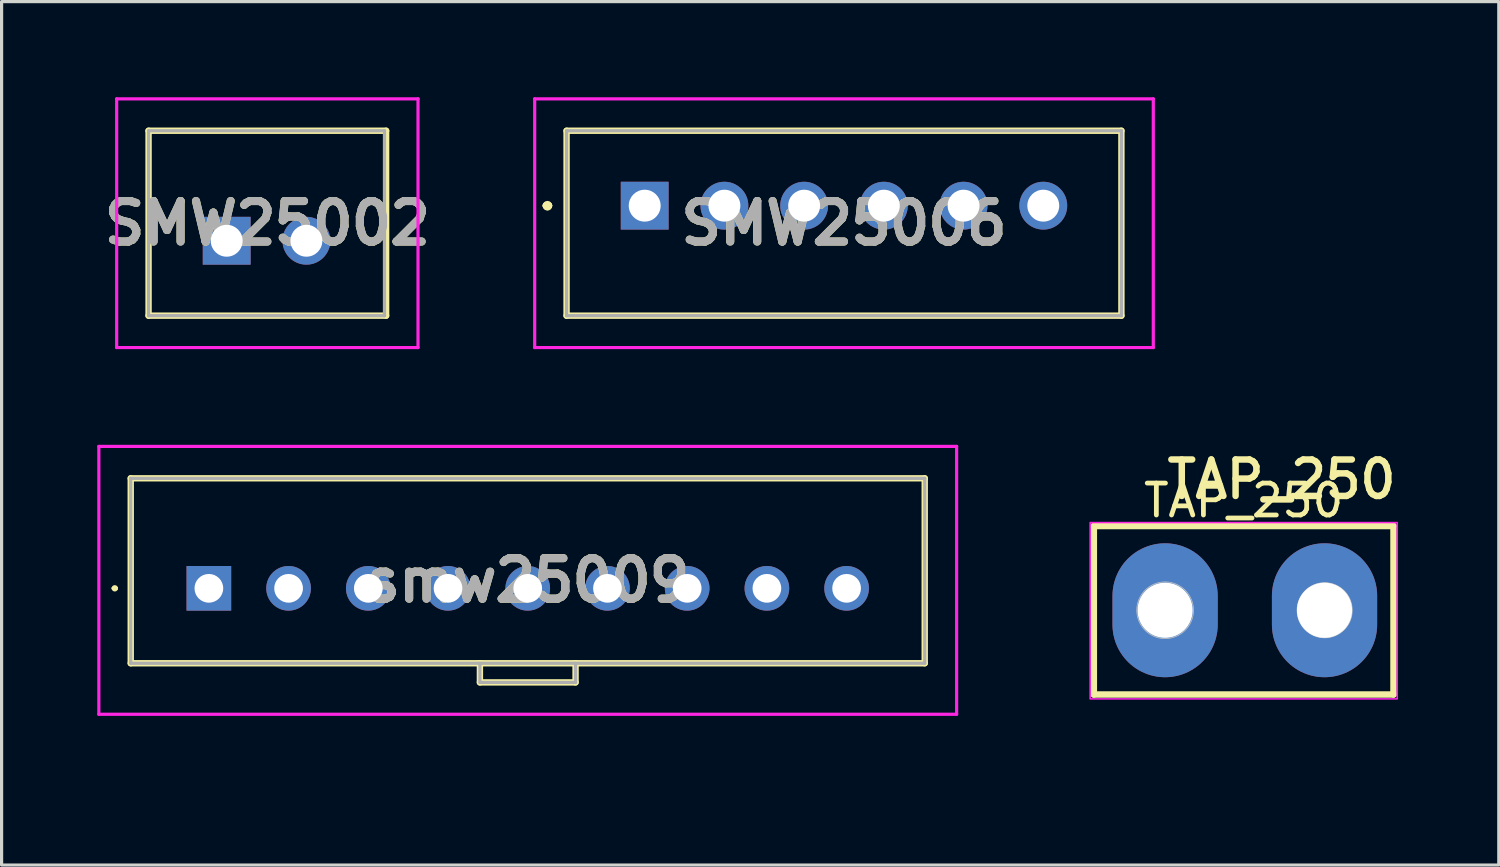
<source format=kicad_pcb>
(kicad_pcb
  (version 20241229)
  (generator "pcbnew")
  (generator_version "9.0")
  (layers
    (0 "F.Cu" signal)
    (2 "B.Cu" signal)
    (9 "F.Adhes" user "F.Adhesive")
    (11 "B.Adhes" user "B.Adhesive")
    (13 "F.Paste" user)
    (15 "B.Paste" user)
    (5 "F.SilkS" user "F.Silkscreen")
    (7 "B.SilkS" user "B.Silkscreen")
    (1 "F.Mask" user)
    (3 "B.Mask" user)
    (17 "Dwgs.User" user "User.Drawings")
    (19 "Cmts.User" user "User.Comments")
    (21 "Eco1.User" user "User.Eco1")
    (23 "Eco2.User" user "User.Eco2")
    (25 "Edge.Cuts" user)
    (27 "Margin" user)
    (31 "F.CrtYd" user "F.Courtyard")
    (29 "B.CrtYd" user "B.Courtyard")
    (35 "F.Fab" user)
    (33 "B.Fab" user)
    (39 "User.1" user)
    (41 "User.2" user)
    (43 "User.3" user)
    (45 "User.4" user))
  (footprint "SMW25006"
    (layer "F.Cu")
    (at 17.168 3.4)
    (property "Reference" "SMW25006" (at 6.25 0.55 0) (layer "F.SilkS") (effects (font (size 1.27 1.27) (thickness 0.254))))
    (attr through_hole)
    (fp_line (start -3.1 0) (end -3.1 0) (stroke (width 0.2) (type solid)) (layer "F.SilkS"))
    (fp_line (start -3.1 0) (end -3.1 0) (stroke (width 0.2) (type solid)) (layer "F.SilkS"))
    (fp_line (start -3 0) (end -3 0) (stroke (width 0.2) (type solid)) (layer "F.SilkS"))
    (fp_line (start -2.45 -2.35) (end -2.45 3.45) (stroke (width 0.2) (type solid)) (layer "F.SilkS"))
    (fp_line (start -2.45 3.45) (end 14.95 3.45) (stroke (width 0.2) (type solid)) (layer "F.SilkS"))
    (fp_line (start 14.95 -2.35) (end -2.45 -2.35) (stroke (width 0.2) (type solid)) (layer "F.SilkS"))
    (fp_line (start 14.95 3.45) (end 14.95 -2.35) (stroke (width 0.2) (type solid)) (layer "F.SilkS"))
    (fp_arc (start -3.1 0) (mid -3.05 -0.05) (end -3 0) (stroke (width 0.2) (type solid)) (layer "F.SilkS"))
    (fp_arc (start -3 0) (mid -3.05 0.05) (end -3.1 0) (stroke (width 0.2) (type solid)) (layer "F.SilkS"))
    (fp_arc (start -3 0) (mid -3.05 0.05) (end -3.1 0) (stroke (width 0.2) (type solid)) (layer "F.SilkS"))
    (fp_line (start -3.45 -3.35) (end 15.95 -3.35) (stroke (width 0.1) (type solid)) (layer "F.CrtYd"))
    (fp_line (start -3.45 4.45) (end -3.45 -3.35) (stroke (width 0.1) (type solid)) (layer "F.CrtYd"))
    (fp_line (start 15.95 -3.35) (end 15.95 4.45) (stroke (width 0.1) (type solid)) (layer "F.CrtYd"))
    (fp_line (start 15.95 4.45) (end -3.45 4.45) (stroke (width 0.1) (type solid)) (layer "F.CrtYd"))
    (fp_line (start -2.45 -2.35) (end -2.45 3.45) (stroke (width 0.1) (type solid)) (layer "F.Fab"))
    (fp_line (start -2.45 3.45) (end 14.95 3.45) (stroke (width 0.1) (type solid)) (layer "F.Fab"))
    (fp_line (start 14.95 -2.35) (end -2.45 -2.35) (stroke (width 0.1) (type solid)) (layer "F.Fab"))
    (fp_line (start 14.95 3.45) (end 14.95 -2.35) (stroke (width 0.1) (type solid)) (layer "F.Fab"))
    (fp_text user "${REFERENCE}" (at 6.25 0.55 0) (layer "F.Fab") (effects (font (size 1.27 1.27) (thickness 0.254))))
    (pad "1" thru_hole rect (at 0 0) (size 1.5 1.5) (drill 1) (layers "*.Cu" "*.Mask"))
    (pad "2" thru_hole circle (at 2.5 0) (size 1.5 1.5) (drill 1) (layers "*.Cu" "*.Mask"))
    (pad "3" thru_hole circle (at 5 0) (size 1.5 1.5) (drill 1) (layers "*.Cu" "*.Mask"))
    (pad "4" thru_hole circle (at 7.5 0) (size 1.5 1.5) (drill 1) (layers "*.Cu" "*.Mask"))
    (pad "5" thru_hole circle (at 10 0) (size 1.5 1.5) (drill 1) (layers "*.Cu" "*.Mask"))
    (pad "6" thru_hole circle (at 12.5 0) (size 1.5 1.5) (drill 1) (layers "*.Cu" "*.Mask")))
  (footprint "SMW25002"
    (layer "F.Cu")
    (at 4.059 4.5)
    (property "Reference" "SMW25002" (at 1.275 -0.55 0) (layer "F.SilkS") (effects (font (size 1.27 1.27) (thickness 0.254))))
    (attr through_hole)
    (fp_line (start -3 0) (end -3 0) (stroke (width 0.1) (type solid)) (layer "F.SilkS"))
    (fp_line (start -2.9 0) (end -2.9 0) (stroke (width 0.1) (type solid)) (layer "F.SilkS"))
    (fp_line (start -2.45 -3.45) (end 5 -3.45) (stroke (width 0.2) (type solid)) (layer "F.SilkS"))
    (fp_line (start -2.45 2.35) (end -2.45 -3.45) (stroke (width 0.2) (type solid)) (layer "F.SilkS"))
    (fp_line (start 5 -3.45) (end 5 2.35) (stroke (width 0.2) (type solid)) (layer "F.SilkS"))
    (fp_line (start 5 2.35) (end -2.45 2.35) (stroke (width 0.2) (type solid)) (layer "F.SilkS"))
    (fp_arc (start -3 0) (mid -2.95 -0.05) (end -2.9 0) (stroke (width 0.1) (type solid)) (layer "F.SilkS"))
    (fp_arc (start -2.9 0) (mid -2.95 0.05) (end -3 0) (stroke (width 0.1) (type solid)) (layer "F.SilkS"))
    (fp_line (start -3.45 -4.45) (end 6 -4.45) (stroke (width 0.1) (type solid)) (layer "F.CrtYd"))
    (fp_line (start -3.45 3.35) (end -3.45 -4.45) (stroke (width 0.1) (type solid)) (layer "F.CrtYd"))
    (fp_line (start 6 -4.45) (end 6 3.35) (stroke (width 0.1) (type solid)) (layer "F.CrtYd"))
    (fp_line (start 6 3.35) (end -3.45 3.35) (stroke (width 0.1) (type solid)) (layer "F.CrtYd"))
    (fp_line (start -2.45 -3.45) (end 4.95 -3.45) (stroke (width 0.1) (type solid)) (layer "F.Fab"))
    (fp_line (start -2.45 2.35) (end -2.45 -3.45) (stroke (width 0.1) (type solid)) (layer "F.Fab"))
    (fp_line (start 4.95 -3.45) (end 4.95 2.35) (stroke (width 0.1) (type solid)) (layer "F.Fab"))
    (fp_line (start 4.95 2.35) (end -2.45 2.35) (stroke (width 0.1) (type solid)) (layer "F.Fab"))
    (fp_text user "${REFERENCE}" (at 1.275 -0.55 0) (layer "F.Fab") (effects (font (size 1.27 1.27) (thickness 0.254))))
    (pad "1" thru_hole rect (at 0 0) (size 1.5 1.5) (drill 1) (layers "*.Cu" "*.Mask"))
    (pad "2" thru_hole circle (at 2.5 0) (size 1.5 1.5) (drill 1) (layers "*.Cu" "*.Mask")))
  (footprint "TAP_250"
    (layer "F.Cu")
    (at 35.988 16.088)
    (property "Reference" "TAP_250" (at -0.036 -3.443 0) (layer "F.SilkS") (effects (font (size 1 1) (thickness 0.15))))
    (property "Value" "TAP_250" (at -0.036 3.469 0) (layer "F.Fab") (hide yes) (effects (font (size 1 1) (thickness 0.15))))
    (fp_line (start -4.735 -2.642) (end 4.663 -2.642) (stroke (width 0.203) (type solid)) (layer "F.SilkS"))
    (fp_line (start -4.735 2.642) (end -4.735 -2.642) (stroke (width 0.203) (type solid)) (layer "F.SilkS"))
    (fp_line (start -4.735 2.642) (end 4.663 2.642) (stroke (width 0.203) (type solid)) (layer "F.SilkS"))
    (fp_line (start 4.663 2.642) (end 4.663 -2.642) (stroke (width 0.203) (type solid)) (layer "F.SilkS"))
    (fp_circle (center -2.499 0) (end -2.499 -0.889) (stroke (width 0.025) (type solid)) (fill no) (layer "Dwgs.User"))
    (fp_circle (center 2.504 0) (end 2.504 -0.864) (stroke (width 0.025) (type solid)) (fill no) (layer "Dwgs.User"))
    (fp_rect (start -4.85 -2.75) (end 4.78 2.78) (stroke (width 0.05) (type solid)) (fill no) (layer "F.CrtYd"))
    (fp_line (start -4.76 -2.616) (end 4.663 -2.616) (stroke (width 0.025) (type solid)) (layer "User.1"))
    (fp_line (start -4.76 2.642) (end -4.76 -2.616) (stroke (width 0.025) (type solid)) (layer "User.1"))
    (fp_line (start -4.76 2.642) (end 4.663 2.642) (stroke (width 0.025) (type solid)) (layer "User.1"))
    (fp_line (start -4.735 -2.642) (end 4.663 -2.642) (stroke (width 0.203) (type solid)) (layer "User.1"))
    (fp_line (start -4.735 2.667) (end -4.735 -2.642) (stroke (width 0.203) (type solid)) (layer "User.1"))
    (fp_line (start -4.735 2.667) (end 4.663 2.667) (stroke (width 0.203) (type solid)) (layer "User.1"))
    (fp_line (start 4.663 2.642) (end 4.663 -2.616) (stroke (width 0.025) (type solid)) (layer "User.1"))
    (fp_line (start 4.663 2.667) (end 4.663 -2.642) (stroke (width 0.203) (type solid)) (layer "User.1"))
    (fp_text user "${REFERENCE}" (at -2.546 -3.435 0) (unlocked yes) (layer "F.SilkS") (effects (font (size 1.143 1.143) (thickness 0.203)) (justify left bottom)))
    (fp_text user "${REFERENCE}" (at -4.451 4.287 0) (unlocked yes) (layer "User.1") (effects (font (size 1.143 1.143) (thickness 0.203)) (justify left bottom)))
    (fp_text user "${PATTERN}" (at -5.988 4.359 0) (unlocked yes) (layer "User.1") (effects (font (size 0.572 0.572) (thickness 0.203)) (justify left bottom)))
    (fp_text user "${VALUE}" (at -4.595 4.693 0) (unlocked yes) (layer "User.1") (effects (font (size 1.143 1.143) (thickness 0.203)) (justify left bottom)))
    (pad "1" thru_hole oval (at -2.5 0 90) (size 4.2 3.3) (drill 1.73) (layers "*.Cu" "*.Mask"))
    (pad "2" thru_hole oval (at 2.5 0 90) (size 4.2 3.3) (drill 1.73) (layers "*.Cu" "*.Mask")))
  (footprint "smw25009"
    (layer "F.Cu")
    (at 3.5 15.4)
    (property "Reference" "smw25009" (at 10 -0.25 0) (layer "F.SilkS") (effects (font (size 1.27 1.27) (thickness 0.254))))
    (attr through_hole)
    (fp_line (start -3 0) (end -3 0) (stroke (width 0.1) (type solid)) (layer "F.SilkS"))
    (fp_line (start -2.9 0) (end -2.9 0) (stroke (width 0.1) (type solid)) (layer "F.SilkS"))
    (fp_line (start -2.45 -3.45) (end 22.45 -3.45) (stroke (width 0.2) (type solid)) (layer "F.SilkS"))
    (fp_line (start -2.45 2.35) (end -2.45 -3.45) (stroke (width 0.2) (type solid)) (layer "F.SilkS"))
    (fp_line (start 8.5 2.35) (end 8.5 2.95) (stroke (width 0.2) (type solid)) (layer "F.SilkS"))
    (fp_line (start 8.5 2.95) (end 11.5 2.95) (stroke (width 0.2) (type solid)) (layer "F.SilkS"))
    (fp_line (start 11.5 2.95) (end 11.5 2.35) (stroke (width 0.2) (type solid)) (layer "F.SilkS"))
    (fp_line (start 22.45 -3.45) (end 22.45 2.35) (stroke (width 0.2) (type solid)) (layer "F.SilkS"))
    (fp_line (start 22.45 2.35) (end -2.45 2.35) (stroke (width 0.2) (type solid)) (layer "F.SilkS"))
    (fp_arc (start -3 0) (mid -2.95 -0.05) (end -2.9 0) (stroke (width 0.1) (type solid)) (layer "F.SilkS"))
    (fp_arc (start -2.9 0) (mid -2.95 0.05) (end -3 0) (stroke (width 0.1) (type solid)) (layer "F.SilkS"))
    (fp_line (start -3.45 -4.45) (end 23.45 -4.45) (stroke (width 0.1) (type solid)) (layer "F.CrtYd"))
    (fp_line (start -3.45 3.95) (end -3.45 -4.45) (stroke (width 0.1) (type solid)) (layer "F.CrtYd"))
    (fp_line (start 23.45 -4.45) (end 23.45 3.95) (stroke (width 0.1) (type solid)) (layer "F.CrtYd"))
    (fp_line (start 23.45 3.95) (end -3.45 3.95) (stroke (width 0.1) (type solid)) (layer "F.CrtYd"))
    (fp_line (start -2.45 -3.45) (end 22.45 -3.45) (stroke (width 0.1) (type solid)) (layer "F.Fab"))
    (fp_line (start -2.45 2.35) (end -2.45 -3.45) (stroke (width 0.1) (type solid)) (layer "F.Fab"))
    (fp_line (start 8.5 2.35) (end 8.5 2.95) (stroke (width 0.1) (type solid)) (layer "F.Fab"))
    (fp_line (start 8.5 2.95) (end 11.5 2.95) (stroke (width 0.1) (type solid)) (layer "F.Fab"))
    (fp_line (start 11.5 2.95) (end 11.5 2.35) (stroke (width 0.1) (type solid)) (layer "F.Fab"))
    (fp_line (start 22.45 -3.45) (end 22.45 2.35) (stroke (width 0.1) (type solid)) (layer "F.Fab"))
    (fp_line (start 22.45 2.35) (end -2.45 2.35) (stroke (width 0.1) (type solid)) (layer "F.Fab"))
    (fp_text user "${REFERENCE}" (at 10 -0.25 0) (layer "F.Fab") (effects (font (size 1.27 1.27) (thickness 0.254))))
    (pad "1" thru_hole rect (at 0 0) (size 1.4 1.4) (drill 0.9) (layers "*.Cu" "*.Mask"))
    (pad "2" thru_hole circle (at 2.5 0) (size 1.4 1.4) (drill 0.9) (layers "*.Cu" "*.Mask"))
    (pad "3" thru_hole circle (at 5 0) (size 1.4 1.4) (drill 0.9) (layers "*.Cu" "*.Mask"))
    (pad "4" thru_hole circle (at 7.5 0) (size 1.4 1.4) (drill 0.9) (layers "*.Cu" "*.Mask"))
    (pad "5" thru_hole circle (at 10 0) (size 1.4 1.4) (drill 0.9) (layers "*.Cu" "*.Mask"))
    (pad "6" thru_hole circle (at 12.5 0) (size 1.4 1.4) (drill 0.9) (layers "*.Cu" "*.Mask"))
    (pad "7" thru_hole circle (at 15 0) (size 1.4 1.4) (drill 0.9) (layers "*.Cu" "*.Mask"))
    (pad "8" thru_hole circle (at 17.5 0) (size 1.4 1.4) (drill 0.9) (layers "*.Cu" "*.Mask"))
    (pad "9" thru_hole circle (at 20 0) (size 1.4 1.4) (drill 0.9) (layers "*.Cu" "*.Mask")))
  (gr_rect
    (start -3 -3)
    (end 43.953 24.078)
    (stroke (width 0.1) (type default))
    (fill no)
    (layer "Edge.Cuts")))
</source>
